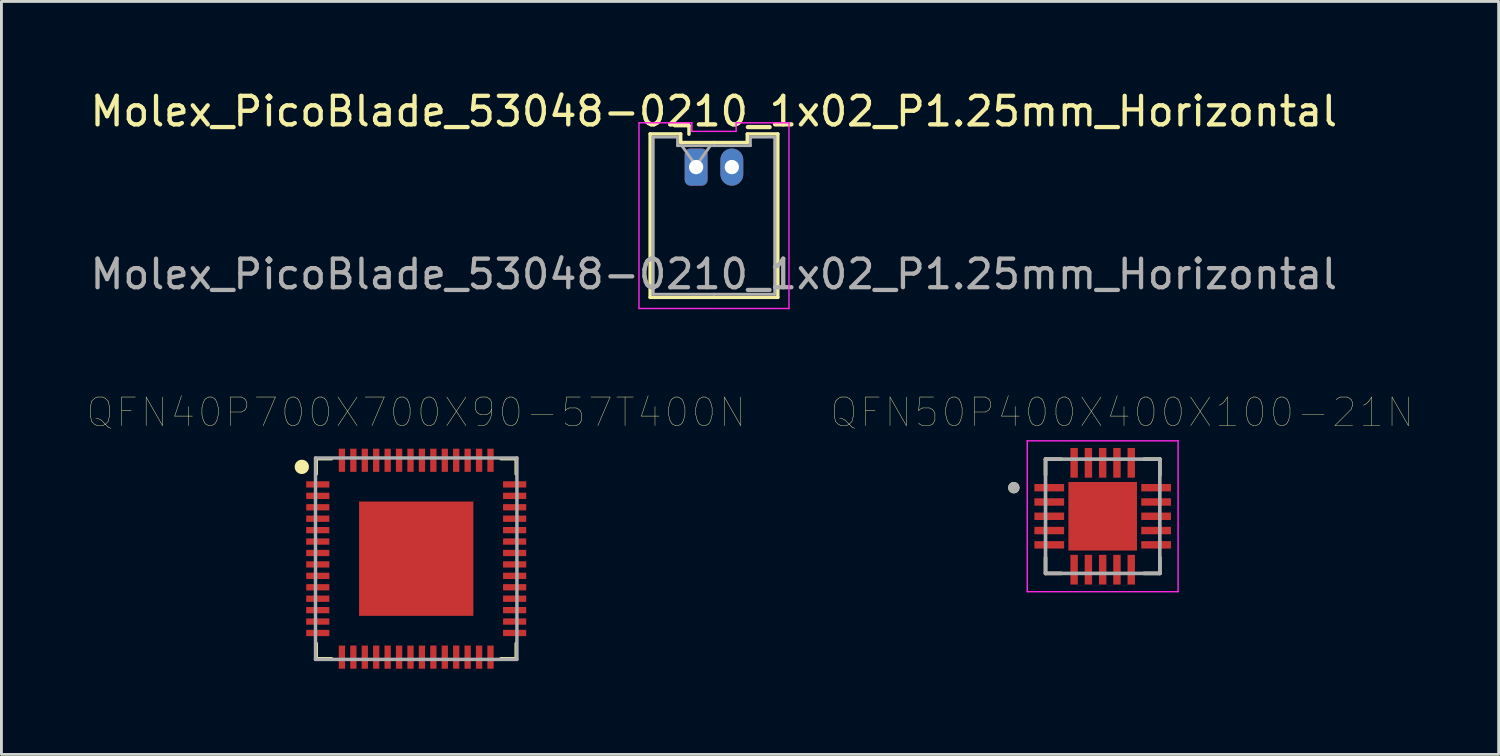
<source format=kicad_pcb>
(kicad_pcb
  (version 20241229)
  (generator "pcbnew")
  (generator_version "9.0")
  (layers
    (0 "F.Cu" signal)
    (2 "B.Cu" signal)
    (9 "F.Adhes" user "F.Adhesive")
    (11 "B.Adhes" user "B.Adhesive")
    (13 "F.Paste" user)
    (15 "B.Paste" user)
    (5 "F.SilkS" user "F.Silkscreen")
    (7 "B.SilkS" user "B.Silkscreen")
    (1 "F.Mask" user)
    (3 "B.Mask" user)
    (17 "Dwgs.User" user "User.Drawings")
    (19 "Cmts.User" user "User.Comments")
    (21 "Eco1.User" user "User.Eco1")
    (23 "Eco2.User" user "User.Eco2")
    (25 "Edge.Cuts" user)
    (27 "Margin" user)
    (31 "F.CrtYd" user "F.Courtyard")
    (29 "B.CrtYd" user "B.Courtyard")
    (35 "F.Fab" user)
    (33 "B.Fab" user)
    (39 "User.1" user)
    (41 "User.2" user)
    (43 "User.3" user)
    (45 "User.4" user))
  (footprint "QFN40P700X700X90-57T400N"
    (layer "F.Cu")
    (at 11.518 16.505)
    (property "Reference" "QFN40P700X700X90-57T400N" (at 0 -5.12 0) (layer "F.SilkS") (effects (font (size 1 1) (thickness 0.015))))
    (attr through_hole)
    (fp_line (start -3.5 -3.5) (end -2.964 -3.5) (stroke (width 0.12) (type solid)) (layer "F.SilkS"))
    (fp_line (start -3.5 -2.964) (end -3.5 -3.5) (stroke (width 0.12) (type solid)) (layer "F.SilkS"))
    (fp_line (start -3.5 2.964) (end -3.5 3.5) (stroke (width 0.12) (type solid)) (layer "F.SilkS"))
    (fp_line (start -3.5 3.5) (end -2.964 3.5) (stroke (width 0.12) (type solid)) (layer "F.SilkS"))
    (fp_line (start 3.5 -3.5) (end 2.964 -3.5) (stroke (width 0.12) (type solid)) (layer "F.SilkS"))
    (fp_line (start 3.5 -2.964) (end 3.5 -3.5) (stroke (width 0.12) (type solid)) (layer "F.SilkS"))
    (fp_line (start 3.5 2.964) (end 3.5 3.5) (stroke (width 0.12) (type solid)) (layer "F.SilkS"))
    (fp_line (start 3.5 3.5) (end 2.964 3.5) (stroke (width 0.12) (type solid)) (layer "F.SilkS"))
    (fp_circle (center -4.004 -3.214) (end -3.754 -3.214) (stroke (width 0) (type solid)) (fill yes) (layer "F.SilkS"))
    (fp_line (start -3.525 -3.525) (end 3.525 -3.525) (stroke (width 0.12) (type solid)) (layer "F.Fab"))
    (fp_line (start -3.525 3.525) (end -3.525 -3.525) (stroke (width 0.12) (type solid)) (layer "F.Fab"))
    (fp_line (start 3.525 -3.525) (end 3.525 3.525) (stroke (width 0.12) (type solid)) (layer "F.Fab"))
    (fp_line (start 3.525 3.525) (end -3.525 3.525) (stroke (width 0.12) (type solid)) (layer "F.Fab"))
    (pad "1" smd rect (at -3.445 -2.6) (size 0.81 0.22) (layers "F.Cu" "F.Mask" "F.Paste"))
    (pad "2" smd rect (at -3.445 -2.2) (size 0.81 0.22) (layers "F.Cu" "F.Mask" "F.Paste"))
    (pad "3" smd rect (at -3.445 -1.8) (size 0.81 0.22) (layers "F.Cu" "F.Mask" "F.Paste"))
    (pad "4" smd rect (at -3.445 -1.4) (size 0.81 0.22) (layers "F.Cu" "F.Mask" "F.Paste"))
    (pad "5" smd rect (at -3.445 -1) (size 0.81 0.22) (layers "F.Cu" "F.Mask" "F.Paste"))
    (pad "6" smd rect (at -3.445 -0.6) (size 0.81 0.22) (layers "F.Cu" "F.Mask" "F.Paste"))
    (pad "7" smd rect (at -3.445 -0.2) (size 0.81 0.22) (layers "F.Cu" "F.Mask" "F.Paste"))
    (pad "8" smd rect (at -3.445 0.2) (size 0.81 0.22) (layers "F.Cu" "F.Mask" "F.Paste"))
    (pad "9" smd rect (at -3.445 0.6) (size 0.81 0.22) (layers "F.Cu" "F.Mask" "F.Paste"))
    (pad "10" smd rect (at -3.445 1) (size 0.81 0.22) (layers "F.Cu" "F.Mask" "F.Paste"))
    (pad "11" smd rect (at -3.445 1.4) (size 0.81 0.22) (layers "F.Cu" "F.Mask" "F.Paste"))
    (pad "12" smd rect (at -3.445 1.8) (size 0.81 0.22) (layers "F.Cu" "F.Mask" "F.Paste"))
    (pad "13" smd rect (at -3.445 2.2) (size 0.81 0.22) (layers "F.Cu" "F.Mask" "F.Paste"))
    (pad "14" smd rect (at -3.445 2.6) (size 0.81 0.22) (layers "F.Cu" "F.Mask" "F.Paste"))
    (pad "15" smd rect (at -2.6 3.445) (size 0.22 0.81) (layers "F.Cu" "F.Mask" "F.Paste"))
    (pad "16" smd rect (at -2.2 3.445) (size 0.22 0.81) (layers "F.Cu" "F.Mask" "F.Paste"))
    (pad "17" smd rect (at -1.8 3.445) (size 0.22 0.81) (layers "F.Cu" "F.Mask" "F.Paste"))
    (pad "18" smd rect (at -1.4 3.445) (size 0.22 0.81) (layers "F.Cu" "F.Mask" "F.Paste"))
    (pad "19" smd rect (at -1 3.445) (size 0.22 0.81) (layers "F.Cu" "F.Mask" "F.Paste"))
    (pad "20" smd rect (at -0.6 3.445) (size 0.22 0.81) (layers "F.Cu" "F.Mask" "F.Paste"))
    (pad "21" smd rect (at -0.2 3.445) (size 0.22 0.81) (layers "F.Cu" "F.Mask" "F.Paste"))
    (pad "22" smd rect (at 0.2 3.445) (size 0.22 0.81) (layers "F.Cu" "F.Mask" "F.Paste"))
    (pad "23" smd rect (at 0.6 3.445) (size 0.22 0.81) (layers "F.Cu" "F.Mask" "F.Paste"))
    (pad "24" smd rect (at 1 3.445) (size 0.22 0.81) (layers "F.Cu" "F.Mask" "F.Paste"))
    (pad "25" smd rect (at 1.4 3.445) (size 0.22 0.81) (layers "F.Cu" "F.Mask" "F.Paste"))
    (pad "26" smd rect (at 1.8 3.445) (size 0.22 0.81) (layers "F.Cu" "F.Mask" "F.Paste"))
    (pad "27" smd rect (at 2.2 3.445) (size 0.22 0.81) (layers "F.Cu" "F.Mask" "F.Paste"))
    (pad "28" smd rect (at 2.6 3.445) (size 0.22 0.81) (layers "F.Cu" "F.Mask" "F.Paste"))
    (pad "29" smd rect (at 3.445 2.6) (size 0.81 0.22) (layers "F.Cu" "F.Mask" "F.Paste"))
    (pad "30" smd rect (at 3.445 2.2) (size 0.81 0.22) (layers "F.Cu" "F.Mask" "F.Paste"))
    (pad "31" smd rect (at 3.445 1.8) (size 0.81 0.22) (layers "F.Cu" "F.Mask" "F.Paste"))
    (pad "32" smd rect (at 3.445 1.4) (size 0.81 0.22) (layers "F.Cu" "F.Mask" "F.Paste"))
    (pad "33" smd rect (at 3.445 1) (size 0.81 0.22) (layers "F.Cu" "F.Mask" "F.Paste"))
    (pad "34" smd rect (at 3.445 0.6) (size 0.81 0.22) (layers "F.Cu" "F.Mask" "F.Paste"))
    (pad "35" smd rect (at 3.445 0.2) (size 0.81 0.22) (layers "F.Cu" "F.Mask" "F.Paste"))
    (pad "36" smd rect (at 3.445 -0.2) (size 0.81 0.22) (layers "F.Cu" "F.Mask" "F.Paste"))
    (pad "37" smd rect (at 3.445 -0.6) (size 0.81 0.22) (layers "F.Cu" "F.Mask" "F.Paste"))
    (pad "38" smd rect (at 3.445 -1) (size 0.81 0.22) (layers "F.Cu" "F.Mask" "F.Paste"))
    (pad "39" smd rect (at 3.445 -1.4) (size 0.81 0.22) (layers "F.Cu" "F.Mask" "F.Paste"))
    (pad "40" smd rect (at 3.445 -1.8) (size 0.81 0.22) (layers "F.Cu" "F.Mask" "F.Paste"))
    (pad "41" smd rect (at 3.445 -2.2) (size 0.81 0.22) (layers "F.Cu" "F.Mask" "F.Paste"))
    (pad "42" smd rect (at 3.445 -2.6) (size 0.81 0.22) (layers "F.Cu" "F.Mask" "F.Paste"))
    (pad "43" smd rect (at 2.6 -3.445) (size 0.22 0.81) (layers "F.Cu" "F.Mask" "F.Paste"))
    (pad "44" smd rect (at 2.2 -3.445) (size 0.22 0.81) (layers "F.Cu" "F.Mask" "F.Paste"))
    (pad "45" smd rect (at 1.8 -3.445) (size 0.22 0.81) (layers "F.Cu" "F.Mask" "F.Paste"))
    (pad "46" smd rect (at 1.4 -3.445) (size 0.22 0.81) (layers "F.Cu" "F.Mask" "F.Paste"))
    (pad "47" smd rect (at 1 -3.445) (size 0.22 0.81) (layers "F.Cu" "F.Mask" "F.Paste"))
    (pad "48" smd rect (at 0.6 -3.445) (size 0.22 0.81) (layers "F.Cu" "F.Mask" "F.Paste"))
    (pad "49" smd rect (at 0.2 -3.445) (size 0.22 0.81) (layers "F.Cu" "F.Mask" "F.Paste"))
    (pad "50" smd rect (at -0.2 -3.445) (size 0.22 0.81) (layers "F.Cu" "F.Mask" "F.Paste"))
    (pad "51" smd rect (at -0.6 -3.445) (size 0.22 0.81) (layers "F.Cu" "F.Mask" "F.Paste"))
    (pad "52" smd rect (at -1 -3.445) (size 0.22 0.81) (layers "F.Cu" "F.Mask" "F.Paste"))
    (pad "53" smd rect (at -1.4 -3.445) (size 0.22 0.81) (layers "F.Cu" "F.Mask" "F.Paste"))
    (pad "54" smd rect (at -1.8 -3.445) (size 0.22 0.81) (layers "F.Cu" "F.Mask" "F.Paste"))
    (pad "55" smd rect (at -2.2 -3.445) (size 0.22 0.81) (layers "F.Cu" "F.Mask" "F.Paste"))
    (pad "56" smd rect (at -2.6 -3.445) (size 0.22 0.81) (layers "F.Cu" "F.Mask" "F.Paste"))
    (pad "57" smd rect (at 0 0) (size 4 4) (layers "F.Cu" "F.Mask" "F.Paste")))
  (footprint "Molex_PicoBlade_53048-0210_1x02_P1.25mm_Horizontal"
    (layer "F.Cu")
    (at 21.315 2.798)
    (property "Reference" "Molex_PicoBlade_53048-0210_1x02_P1.25mm_Horizontal" (at 0.62 -1.95 0) (layer "F.SilkS") (effects (font (size 1 1) (thickness 0.15))))
    (attr through_hole)
    (fp_line (start -1.61 -1.16) (end -1.61 4.56) (stroke (width 0.12) (type solid)) (layer "F.SilkS"))
    (fp_line (start -1.61 4.56) (end 0.625 4.56) (stroke (width 0.12) (type solid)) (layer "F.SilkS"))
    (fp_line (start -0.54 -1.16) (end -1.61 -1.16) (stroke (width 0.12) (type solid)) (layer "F.SilkS"))
    (fp_line (start -0.54 -0.86) (end -0.54 -1.16) (stroke (width 0.12) (type solid)) (layer "F.SilkS"))
    (fp_line (start -0.25 -1.45) (end -0.75 -1.45) (stroke (width 0.12) (type solid)) (layer "F.SilkS"))
    (fp_line (start -0.25 -1.15) (end -0.25 -1.45) (stroke (width 0.12) (type solid)) (layer "F.SilkS"))
    (fp_line (start 0.625 -0.86) (end -0.54 -0.86) (stroke (width 0.12) (type solid)) (layer "F.SilkS"))
    (fp_line (start 0.625 -0.86) (end 1.79 -0.86) (stroke (width 0.12) (type solid)) (layer "F.SilkS"))
    (fp_line (start 1.79 -1.16) (end 2.86 -1.16) (stroke (width 0.12) (type solid)) (layer "F.SilkS"))
    (fp_line (start 1.79 -0.86) (end 1.79 -1.16) (stroke (width 0.12) (type solid)) (layer "F.SilkS"))
    (fp_line (start 2.86 -1.16) (end 2.86 4.56) (stroke (width 0.12) (type solid)) (layer "F.SilkS"))
    (fp_line (start 2.86 4.56) (end 0.625 4.56) (stroke (width 0.12) (type solid)) (layer "F.SilkS"))
    (fp_line (start -2 -1.55) (end -2 4.95) (stroke (width 0.05) (type solid)) (layer "F.CrtYd"))
    (fp_line (start -2 4.95) (end 0.62 4.95) (stroke (width 0.05) (type solid)) (layer "F.CrtYd"))
    (fp_line (start -0.15 -1.55) (end -2 -1.55) (stroke (width 0.05) (type solid)) (layer "F.CrtYd"))
    (fp_line (start -0.15 -1.25) (end -0.15 -1.55) (stroke (width 0.05) (type solid)) (layer "F.CrtYd"))
    (fp_line (start 0.62 -1.25) (end -0.15 -1.25) (stroke (width 0.05) (type solid)) (layer "F.CrtYd"))
    (fp_line (start 0.63 -1.25) (end 1.4 -1.25) (stroke (width 0.05) (type solid)) (layer "F.CrtYd"))
    (fp_line (start 1.4 -1.55) (end 3.25 -1.55) (stroke (width 0.05) (type solid)) (layer "F.CrtYd"))
    (fp_line (start 1.4 -1.25) (end 1.4 -1.55) (stroke (width 0.05) (type solid)) (layer "F.CrtYd"))
    (fp_line (start 3.25 -1.55) (end 3.25 4.95) (stroke (width 0.05) (type solid)) (layer "F.CrtYd"))
    (fp_line (start 3.25 4.95) (end 0.63 4.95) (stroke (width 0.05) (type solid)) (layer "F.CrtYd"))
    (fp_line (start -1.5 -1.05) (end -1.5 4.45) (stroke (width 0.1) (type solid)) (layer "F.Fab"))
    (fp_line (start -1.5 4.45) (end 0.625 4.45) (stroke (width 0.1) (type solid)) (layer "F.Fab"))
    (fp_line (start -0.65 -1.05) (end -1.5 -1.05) (stroke (width 0.1) (type solid)) (layer "F.Fab"))
    (fp_line (start -0.65 -0.75) (end -0.65 -1.05) (stroke (width 0.1) (type solid)) (layer "F.Fab"))
    (fp_line (start -0.5 -0.75) (end 0 -0.043) (stroke (width 0.1) (type solid)) (layer "F.Fab"))
    (fp_line (start 0 -0.043) (end 0.5 -0.75) (stroke (width 0.1) (type solid)) (layer "F.Fab"))
    (fp_line (start 0.625 -0.75) (end -0.65 -0.75) (stroke (width 0.1) (type solid)) (layer "F.Fab"))
    (fp_line (start 0.625 -0.75) (end 1.9 -0.75) (stroke (width 0.1) (type solid)) (layer "F.Fab"))
    (fp_line (start 1.9 -1.05) (end 2.75 -1.05) (stroke (width 0.1) (type solid)) (layer "F.Fab"))
    (fp_line (start 1.9 -0.75) (end 1.9 -1.05) (stroke (width 0.1) (type solid)) (layer "F.Fab"))
    (fp_line (start 2.75 -1.05) (end 2.75 4.45) (stroke (width 0.1) (type solid)) (layer "F.Fab"))
    (fp_line (start 2.75 4.45) (end 0.625 4.45) (stroke (width 0.1) (type solid)) (layer "F.Fab"))
    (fp_text user "${REFERENCE}" (at 0.62 3.75 0) (layer "F.Fab") (effects (font (size 1 1) (thickness 0.15))))
    (pad "1" thru_hole roundrect (at 0 0) (size 0.8 1.3) (drill 0.5) (layers "*.Cu" "*.Mask") (roundrect_rratio 0.25))
    (pad "2" thru_hole oval (at 1.25 0) (size 0.8 1.3) (drill 0.5) (layers "*.Cu" "*.Mask")))
  (footprint "QFN50P400X400X100-21N"
    (layer "F.Cu")
    (at 35.545 15.02)
    (property "Reference" "QFN50P400X400X100-21N" (at 0.675 -3.635 0) (layer "F.SilkS") (effects (font (size 1 1) (thickness 0.015))))
    (attr through_hole)
    (fp_line (start -2 -2) (end -2 -1.45) (stroke (width 0.127) (type solid)) (layer "F.SilkS"))
    (fp_line (start -2 -2) (end -1.45 -2) (stroke (width 0.127) (type solid)) (layer "F.SilkS"))
    (fp_line (start -2 2) (end -2 1.45) (stroke (width 0.127) (type solid)) (layer "F.SilkS"))
    (fp_line (start -2 2) (end -1.45 2) (stroke (width 0.127) (type solid)) (layer "F.SilkS"))
    (fp_line (start 2 -2) (end 1.45 -2) (stroke (width 0.127) (type solid)) (layer "F.SilkS"))
    (fp_line (start 2 -2) (end 2 -1.45) (stroke (width 0.127) (type solid)) (layer "F.SilkS"))
    (fp_line (start 2 2) (end 1.45 2) (stroke (width 0.127) (type solid)) (layer "F.SilkS"))
    (fp_line (start 2 2) (end 2 1.45) (stroke (width 0.127) (type solid)) (layer "F.SilkS"))
    (fp_circle (center -3.11 -1) (end -3.01 -1) (stroke (width 0.2) (type solid)) (fill no) (layer "F.SilkS"))
    (fp_poly (pts (xy -0.76 -0.76) (xy 0.76 -0.76) (xy 0.76 0.76) (xy -0.76 0.76)) (stroke (width 0.01) (type solid)) (fill yes) (layer "F.Paste"))
    (fp_line (start -2.64 -2.64) (end 2.64 -2.64) (stroke (width 0.05) (type solid)) (layer "F.CrtYd"))
    (fp_line (start -2.64 2.64) (end -2.64 -2.64) (stroke (width 0.05) (type solid)) (layer "F.CrtYd"))
    (fp_line (start -2.64 2.64) (end 2.64 2.64) (stroke (width 0.05) (type solid)) (layer "F.CrtYd"))
    (fp_line (start 2.64 2.64) (end 2.64 -2.64) (stroke (width 0.05) (type solid)) (layer "F.CrtYd"))
    (fp_line (start -2 2) (end -2 -2) (stroke (width 0.127) (type solid)) (layer "F.Fab"))
    (fp_line (start 2 -2) (end -2 -2) (stroke (width 0.127) (type solid)) (layer "F.Fab"))
    (fp_line (start 2 2) (end -2 2) (stroke (width 0.127) (type solid)) (layer "F.Fab"))
    (fp_line (start 2 2) (end 2 -2) (stroke (width 0.127) (type solid)) (layer "F.Fab"))
    (fp_circle (center -3.11 -1) (end -3.01 -1) (stroke (width 0.2) (type solid)) (fill no) (layer "F.Fab"))
    (pad "1" smd rect (at -1.87 -1) (size 1.04 0.26) (layers "F.Cu" "F.Mask" "F.Paste"))
    (pad "2" smd rect (at -1.87 -0.5) (size 1.04 0.26) (layers "F.Cu" "F.Mask" "F.Paste"))
    (pad "3" smd rect (at -1.87 0) (size 1.04 0.26) (layers "F.Cu" "F.Mask" "F.Paste"))
    (pad "4" smd rect (at -1.87 0.5) (size 1.04 0.26) (layers "F.Cu" "F.Mask" "F.Paste"))
    (pad "5" smd rect (at -1.87 1) (size 1.04 0.26) (layers "F.Cu" "F.Mask" "F.Paste"))
    (pad "6" smd rect (at -1 1.87) (size 0.26 1.04) (layers "F.Cu" "F.Mask" "F.Paste"))
    (pad "7" smd rect (at -0.5 1.87) (size 0.26 1.04) (layers "F.Cu" "F.Mask" "F.Paste"))
    (pad "8" smd rect (at 0 1.87) (size 0.26 1.04) (layers "F.Cu" "F.Mask" "F.Paste"))
    (pad "9" smd rect (at 0.5 1.87) (size 0.26 1.04) (layers "F.Cu" "F.Mask" "F.Paste"))
    (pad "10" smd rect (at 1 1.87) (size 0.26 1.04) (layers "F.Cu" "F.Mask" "F.Paste"))
    (pad "11" smd rect (at 1.87 1) (size 1.04 0.26) (layers "F.Cu" "F.Mask" "F.Paste"))
    (pad "12" smd rect (at 1.87 0.5) (size 1.04 0.26) (layers "F.Cu" "F.Mask" "F.Paste"))
    (pad "13" smd rect (at 1.87 0) (size 1.04 0.26) (layers "F.Cu" "F.Mask" "F.Paste"))
    (pad "14" smd rect (at 1.87 -0.5) (size 1.04 0.26) (layers "F.Cu" "F.Mask" "F.Paste"))
    (pad "15" smd rect (at 1.87 -1) (size 1.04 0.26) (layers "F.Cu" "F.Mask" "F.Paste"))
    (pad "16" smd rect (at 1 -1.87) (size 0.26 1.04) (layers "F.Cu" "F.Mask" "F.Paste"))
    (pad "17" smd rect (at 0.5 -1.87) (size 0.26 1.04) (layers "F.Cu" "F.Mask" "F.Paste"))
    (pad "18" smd rect (at 0 -1.87) (size 0.26 1.04) (layers "F.Cu" "F.Mask" "F.Paste"))
    (pad "19" smd rect (at -0.5 -1.87) (size 0.26 1.04) (layers "F.Cu" "F.Mask" "F.Paste"))
    (pad "20" smd rect (at -1 -1.87) (size 0.26 1.04) (layers "F.Cu" "F.Mask" "F.Paste"))
    (pad "21" smd rect (at 0 0) (size 2.4 2.4) (layers "F.Cu" "F.Mask")))
  (gr_rect
    (start -3 -3)
    (end 49.404 23.355)
    (stroke (width 0.1) (type default))
    (fill no)
    (layer "Edge.Cuts")))
</source>
